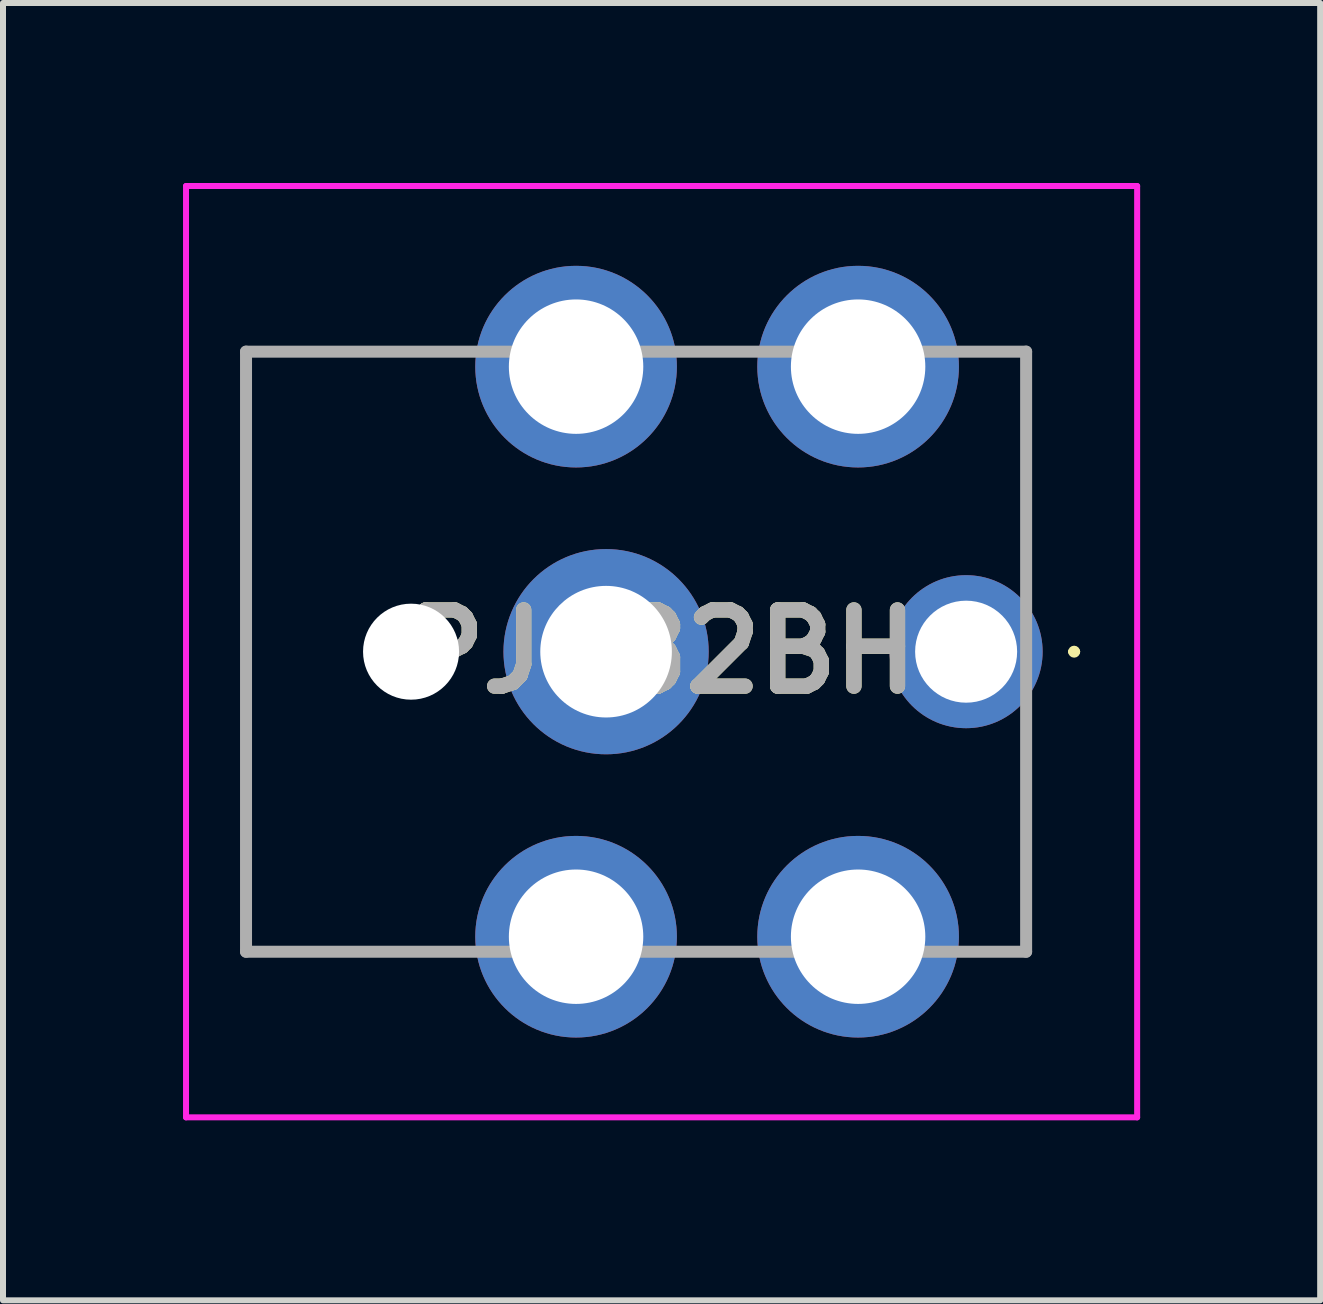
<source format=kicad_pcb>
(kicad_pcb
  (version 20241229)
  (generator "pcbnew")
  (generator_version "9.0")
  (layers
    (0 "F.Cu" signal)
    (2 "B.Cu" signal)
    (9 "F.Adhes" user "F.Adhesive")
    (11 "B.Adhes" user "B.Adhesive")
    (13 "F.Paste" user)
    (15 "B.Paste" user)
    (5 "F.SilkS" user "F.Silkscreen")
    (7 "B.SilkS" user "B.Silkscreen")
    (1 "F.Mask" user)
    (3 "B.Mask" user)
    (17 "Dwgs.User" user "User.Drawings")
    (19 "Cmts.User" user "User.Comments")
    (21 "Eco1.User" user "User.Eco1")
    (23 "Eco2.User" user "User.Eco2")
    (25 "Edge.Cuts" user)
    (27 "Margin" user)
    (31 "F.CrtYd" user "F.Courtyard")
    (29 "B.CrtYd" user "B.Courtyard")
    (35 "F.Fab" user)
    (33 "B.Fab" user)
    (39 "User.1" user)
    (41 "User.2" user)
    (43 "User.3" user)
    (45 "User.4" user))
  (footprint "PJ082BH"
    (layer "F.Cu")
    (at 13.05 7.81)
    (property "Reference" "PJ082BH" (at -5.075 0 0) (layer "F.SilkS") (effects (font (size 1.27 1.27) (thickness 0.254))))
    (attr through_hole)
    (fp_line (start -12 -5) (end -8.75 -5) (stroke (width 0.1) (type solid)) (layer "F.SilkS"))
    (fp_line (start -12 5) (end -12 -5) (stroke (width 0.1) (type solid)) (layer "F.SilkS"))
    (fp_line (start -8.75 5) (end -12 5) (stroke (width 0.1) (type solid)) (layer "F.SilkS"))
    (fp_line (start 1 -5) (end 1 -1.5) (stroke (width 0.1) (type solid)) (layer "F.SilkS"))
    (fp_line (start 1 5) (end 1 1.5) (stroke (width 0.1) (type solid)) (layer "F.SilkS"))
    (fp_line (start 1.75 0) (end 1.75 0) (stroke (width 0.1) (type solid)) (layer "F.SilkS"))
    (fp_line (start 1.85 0) (end 1.85 0) (stroke (width 0.1) (type solid)) (layer "F.SilkS"))
    (fp_arc (start 1.75 0) (mid 1.8 -0.05) (end 1.85 0) (stroke (width 0.1) (type solid)) (layer "F.SilkS"))
    (fp_arc (start 1.85 0) (mid 1.8 0.05) (end 1.75 0) (stroke (width 0.1) (type solid)) (layer "F.SilkS"))
    (fp_line (start -13 -7.76) (end 2.85 -7.76) (stroke (width 0.1) (type solid)) (layer "F.CrtYd"))
    (fp_line (start -13 7.76) (end -13 -7.76) (stroke (width 0.1) (type solid)) (layer "F.CrtYd"))
    (fp_line (start 2.85 -7.76) (end 2.85 7.76) (stroke (width 0.1) (type solid)) (layer "F.CrtYd"))
    (fp_line (start 2.85 7.76) (end -13 7.76) (stroke (width 0.1) (type solid)) (layer "F.CrtYd"))
    (fp_line (start -12 -5) (end 1 -5) (stroke (width 0.2) (type solid)) (layer "F.Fab"))
    (fp_line (start -12 5) (end -12 -5) (stroke (width 0.2) (type solid)) (layer "F.Fab"))
    (fp_line (start 1 -5) (end 1 5) (stroke (width 0.2) (type solid)) (layer "F.Fab"))
    (fp_line (start 1 5) (end -12 5) (stroke (width 0.2) (type solid)) (layer "F.Fab"))
    (fp_text user "${REFERENCE}" (at -5.075 0 0) (layer "F.Fab") (effects (font (size 1.27 1.27) (thickness 0.254))))
    (pad "" np_thru_hole circle (at -9.25 0) (size 1.6 1.6) (drill 1.6) (layers "*.Cu" "*.Mask"))
    (pad "1" thru_hole circle (at 0 0) (size 2.55 2.55) (drill 1.7) (layers "*.Cu" "*.Mask"))
    (pad "2" thru_hole circle (at -6 0) (size 3.42 3.42) (drill 2.193) (layers "*.Cu" "*.Mask"))
    (pad "MH1" thru_hole circle (at -1.8 -4.75) (size 3.36 3.36) (drill 2.24) (layers "*.Cu" "*.Mask"))
    (pad "MH2" thru_hole circle (at -6.5 -4.75) (size 3.36 3.36) (drill 2.24) (layers "*.Cu" "*.Mask"))
    (pad "MH3" thru_hole circle (at -1.8 4.75) (size 3.36 3.36) (drill 2.24) (layers "*.Cu" "*.Mask"))
    (pad "MH4" thru_hole circle (at -6.5 4.75) (size 3.36 3.36) (drill 2.24) (layers "*.Cu" "*.Mask")))
  (gr_rect
    (start -3 -3)
    (end 18.95 18.62)
    (stroke (width 0.1) (type default))
    (fill no)
    (layer "Edge.Cuts")))
</source>
